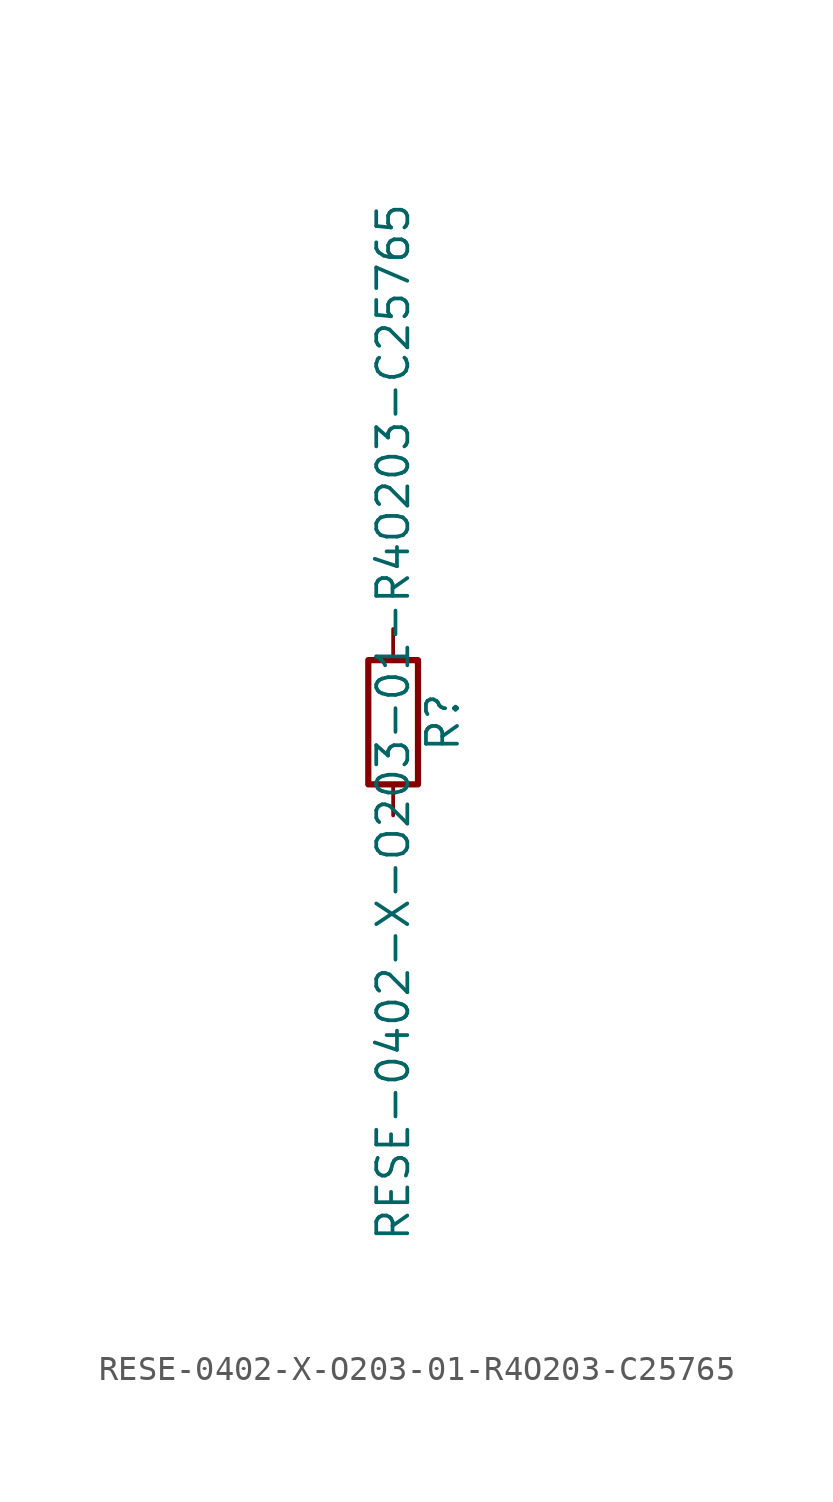
<source format=kicad_sym>
(kicad_symbol_lib
  (version 20211014)
  (generator kicad_symbol_editor)
  (symbol "RESE-0402-X-O203-01-R4O203-C25765"
    (pin_numbers hide)
    (pin_names
      (offset 0))
    (property "Reference" "R"
      (at 2.032 0 90)
      (effects (font (size 1.27 1.27))))
    (property "Value" "RESE-0402-X-O203-01-R4O203-C25765"
      (at 0 0 90)
      (effects (font (size 1.27 1.27))))
    (symbol "RESE-0402-X-O203-01-R4O203-C25765_0_1"
      (rectangle (start -1.016 -2.54) (end 1.016 2.54) (stroke (width 0.254) (type default) (color 0 0 0 0)) (fill (type none))))
    (symbol "RESE-0402-X-O203-01-R4O203-C25765_1_1"
      (pin passive line (at 0 3.81 270) (length 1.27) (name "~" (effects (font (size 1.27 1.27)))) (number "1" (effects (font (size 1.27 1.27)))))
      (pin passive line (at 0 -3.81 90) (length 1.27) (name "~" (effects (font (size 1.27 1.27)))) (number "2" (effects (font (size 1.27 1.27))))))))
</source>
